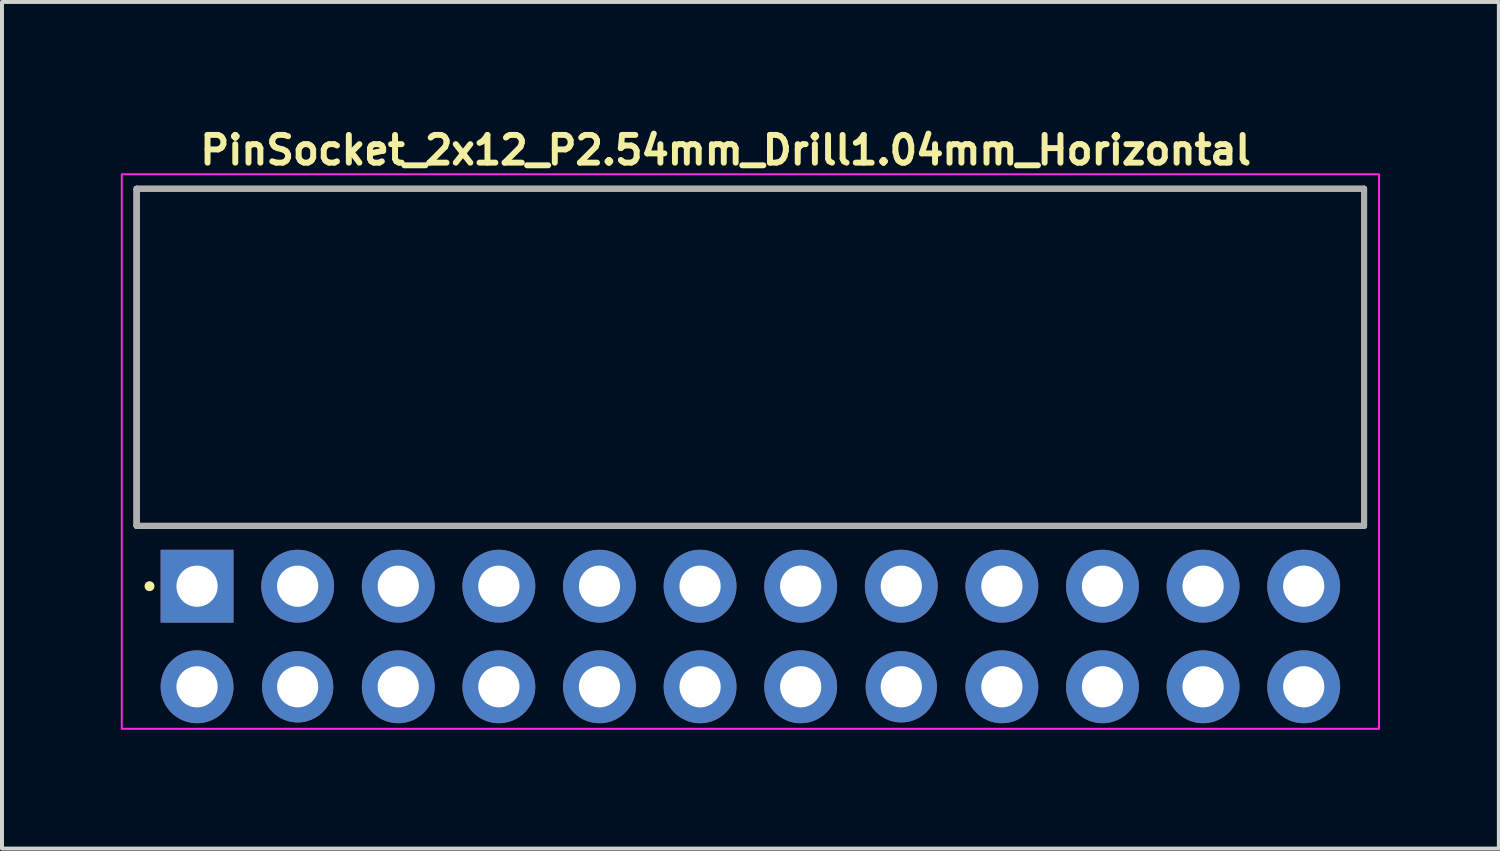
<source format=kicad_pcb>
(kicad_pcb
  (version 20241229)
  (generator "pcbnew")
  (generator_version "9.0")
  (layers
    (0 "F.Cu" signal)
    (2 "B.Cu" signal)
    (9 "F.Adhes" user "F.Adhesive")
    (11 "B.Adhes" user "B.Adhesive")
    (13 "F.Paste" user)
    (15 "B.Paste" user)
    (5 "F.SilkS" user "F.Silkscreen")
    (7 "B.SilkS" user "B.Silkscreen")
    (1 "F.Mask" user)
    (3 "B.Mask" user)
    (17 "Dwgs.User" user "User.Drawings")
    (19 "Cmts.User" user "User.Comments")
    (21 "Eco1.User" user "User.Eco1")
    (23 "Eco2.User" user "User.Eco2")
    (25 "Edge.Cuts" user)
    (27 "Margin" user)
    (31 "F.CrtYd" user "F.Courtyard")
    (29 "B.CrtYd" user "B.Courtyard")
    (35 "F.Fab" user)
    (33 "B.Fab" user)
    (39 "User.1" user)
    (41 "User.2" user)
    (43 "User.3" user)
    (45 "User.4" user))
  (footprint "PinSocket_2x12_P2.54mm_Drill1.04mm_Horizontal"
    (layer "F.Cu")
    (at 1.925 11.75)
    (property "Reference" "PinSocket_2x12_P2.54mm_Drill1.04mm_Horizontal" (at 0 -10.6 0) (layer "F.SilkS") (effects (font (size 0.7 0.7) (thickness 0.15)) (justify left bottom)))
    (attr through_hole)
    (fp_line (start -1.526 -1.524) (end -1.526 -10.035) (stroke (width 0.15) (type solid)) (layer "F.SilkS"))
    (fp_line (start 29.465 -10.035) (end -1.526 -10.035) (stroke (width 0.15) (type solid)) (layer "F.SilkS"))
    (fp_line (start 29.465 -10.035) (end 29.465 -1.524) (stroke (width 0.15) (type solid)) (layer "F.SilkS"))
    (fp_line (start 29.465 -1.524) (end -1.526 -1.524) (stroke (width 0.15) (type solid)) (layer "F.SilkS"))
    (fp_circle (center -1.2 0) (end -1.15 0) (stroke (width 0.15) (type solid)) (fill yes) (layer "F.SilkS"))
    (fp_rect (start -1.9 -10.4) (end 29.842 3.6) (stroke (width 0.05) (type solid)) (fill no) (layer "F.CrtYd"))
    (fp_line (start -1.526 -10.035) (end 29.465 -10.035) (stroke (width 0.15) (type solid)) (layer "F.Fab"))
    (fp_line (start -1.526 -1.524) (end -1.526 -10.035) (stroke (width 0.15) (type solid)) (layer "F.Fab"))
    (fp_line (start -1.526 -1.524) (end -1.526 -10.035) (stroke (width 0.15) (type solid)) (layer "F.Fab"))
    (fp_line (start 29.465 -10.035) (end 29.465 -1.524) (stroke (width 0.15) (type solid)) (layer "F.Fab"))
    (fp_line (start 29.465 -10.035) (end 29.465 -1.524) (stroke (width 0.15) (type solid)) (layer "F.Fab"))
    (fp_line (start 29.465 -1.524) (end -1.526 -1.524) (stroke (width 0.15) (type solid)) (layer "F.Fab"))
    (fp_rect (start -1.524 -10.01) (end 29.465 2.766) (stroke (width 0.1) (type solid)) (fill no) (layer "User.5"))
    (fp_line (start -1.524 -10.01) (end -1.524 -1.5) (stroke (width 0.02) (type solid)) (layer "User.9"))
    (fp_line (start -1.524 -10.01) (end 29.465 -10.01) (stroke (width 0.02) (type solid)) (layer "User.9"))
    (fp_line (start -1.524 -1.5) (end -1.016 -1.5) (stroke (width 0.02) (type solid)) (layer "User.9"))
    (fp_line (start -1.016 -2.008) (end -1.016 -1.5) (stroke (width 0.02) (type solid)) (layer "User.9"))
    (fp_line (start -0.395 1.953) (end -0.395 -2.008) (stroke (width 0.02) (type solid)) (layer "User.9"))
    (fp_line (start -0.395 2.528) (end -0.395 1.953) (stroke (width 0.02) (type solid)) (layer "User.9"))
    (fp_line (start -0.395 2.528) (end -0.395 2.528) (stroke (width 0.02) (type solid)) (layer "User.9"))
    (fp_line (start -0.395 2.641) (end -0.395 2.528) (stroke (width 0.02) (type solid)) (layer "User.9"))
    (fp_line (start -0.395 2.641) (end -0.395 2.641) (stroke (width 0.02) (type solid)) (layer "User.9"))
    (fp_line (start -0.395 2.685) (end -0.395 2.641) (stroke (width 0.02) (type solid)) (layer "User.9"))
    (fp_line (start -0.395 2.685) (end -0.395 2.685) (stroke (width 0.02) (type solid)) (layer "User.9"))
    (fp_line (start -0.395 2.721) (end -0.395 2.685) (stroke (width 0.02) (type solid)) (layer "User.9"))
    (fp_line (start -0.395 2.721) (end -0.395 2.721) (stroke (width 0.02) (type solid)) (layer "User.9"))
    (fp_line (start -0.395 2.745) (end -0.395 2.721) (stroke (width 0.02) (type solid)) (layer "User.9"))
    (fp_line (start -0.395 2.745) (end -0.395 2.745) (stroke (width 0.02) (type solid)) (layer "User.9"))
    (fp_line (start -0.395 2.761) (end -0.395 2.745) (stroke (width 0.02) (type solid)) (layer "User.9"))
    (fp_line (start -0.395 2.761) (end -0.395 2.761) (stroke (width 0.02) (type solid)) (layer "User.9"))
    (fp_line (start -0.395 2.766) (end -0.395 2.761) (stroke (width 0.02) (type solid)) (layer "User.9"))
    (fp_line (start -0.395 2.766) (end 0.393 2.766) (stroke (width 0.02) (type solid)) (layer "User.9"))
    (fp_line (start 0.393 -2.008) (end 0.393 1.953) (stroke (width 0.02) (type solid)) (layer "User.9"))
    (fp_line (start 0.393 1.953) (end 0.393 2.528) (stroke (width 0.02) (type solid)) (layer "User.9"))
    (fp_line (start 0.393 2.528) (end 0.393 2.528) (stroke (width 0.02) (type solid)) (layer "User.9"))
    (fp_line (start 0.393 2.528) (end 0.393 2.588) (stroke (width 0.02) (type solid)) (layer "User.9"))
    (fp_line (start 0.393 2.588) (end 0.393 2.588) (stroke (width 0.02) (type solid)) (layer "User.9"))
    (fp_line (start 0.393 2.588) (end 0.393 2.641) (stroke (width 0.02) (type solid)) (layer "User.9"))
    (fp_line (start 0.393 2.641) (end 0.393 2.641) (stroke (width 0.02) (type solid)) (layer "User.9"))
    (fp_line (start 0.393 2.641) (end 0.393 2.685) (stroke (width 0.02) (type solid)) (layer "User.9"))
    (fp_line (start 0.393 2.685) (end 0.393 2.685) (stroke (width 0.02) (type solid)) (layer "User.9"))
    (fp_line (start 0.393 2.685) (end 0.393 2.721) (stroke (width 0.02) (type solid)) (layer "User.9"))
    (fp_line (start 0.393 2.721) (end 0.393 2.721) (stroke (width 0.02) (type solid)) (layer "User.9"))
    (fp_line (start 0.393 2.721) (end 0.393 2.745) (stroke (width 0.02) (type solid)) (layer "User.9"))
    (fp_line (start 0.393 2.745) (end 0.393 2.745) (stroke (width 0.02) (type solid)) (layer "User.9"))
    (fp_line (start 0.393 2.745) (end 0.393 2.761) (stroke (width 0.02) (type solid)) (layer "User.9"))
    (fp_line (start 0.393 2.761) (end 0.393 2.761) (stroke (width 0.02) (type solid)) (layer "User.9"))
    (fp_line (start 0.393 2.761) (end 0.393 2.766) (stroke (width 0.02) (type solid)) (layer "User.9"))
    (fp_line (start 1.015 -2.008) (end -1.016 -2.008) (stroke (width 0.02) (type solid)) (layer "User.9"))
    (fp_line (start 1.015 -1.5) (end 1.015 -2.008) (stroke (width 0.02) (type solid)) (layer "User.9"))
    (fp_line (start 1.015 -1.5) (end 1.523 -1.5) (stroke (width 0.02) (type solid)) (layer "User.9"))
    (fp_line (start 1.523 -2.008) (end 1.523 -1.5) (stroke (width 0.02) (type solid)) (layer "User.9"))
    (fp_line (start 2.145 1.953) (end 2.145 -2.008) (stroke (width 0.02) (type solid)) (layer "User.9"))
    (fp_line (start 2.145 2.528) (end 2.145 1.953) (stroke (width 0.02) (type solid)) (layer "User.9"))
    (fp_line (start 2.145 2.528) (end 2.145 2.528) (stroke (width 0.02) (type solid)) (layer "User.9"))
    (fp_line (start 2.145 2.641) (end 2.145 2.528) (stroke (width 0.02) (type solid)) (layer "User.9"))
    (fp_line (start 2.145 2.641) (end 2.145 2.641) (stroke (width 0.02) (type solid)) (layer "User.9"))
    (fp_line (start 2.145 2.685) (end 2.145 2.641) (stroke (width 0.02) (type solid)) (layer "User.9"))
    (fp_line (start 2.145 2.685) (end 2.145 2.685) (stroke (width 0.02) (type solid)) (layer "User.9"))
    (fp_line (start 2.145 2.721) (end 2.145 2.685) (stroke (width 0.02) (type solid)) (layer "User.9"))
    (fp_line (start 2.145 2.721) (end 2.145 2.721) (stroke (width 0.02) (type solid)) (layer "User.9"))
    (fp_line (start 2.145 2.745) (end 2.145 2.721) (stroke (width 0.02) (type solid)) (layer "User.9"))
    (fp_line (start 2.145 2.745) (end 2.145 2.745) (stroke (width 0.02) (type solid)) (layer "User.9"))
    (fp_line (start 2.145 2.761) (end 2.145 2.745) (stroke (width 0.02) (type solid)) (layer "User.9"))
    (fp_line (start 2.145 2.761) (end 2.145 2.761) (stroke (width 0.02) (type solid)) (layer "User.9"))
    (fp_line (start 2.145 2.766) (end 2.145 2.761) (stroke (width 0.02) (type solid)) (layer "User.9"))
    (fp_line (start 2.145 2.766) (end 2.933 2.766) (stroke (width 0.02) (type solid)) (layer "User.9"))
    (fp_line (start 2.933 -2.008) (end 2.933 1.953) (stroke (width 0.02) (type solid)) (layer "User.9"))
    (fp_line (start 2.933 1.953) (end 2.933 2.528) (stroke (width 0.02) (type solid)) (layer "User.9"))
    (fp_line (start 2.933 2.528) (end 2.933 2.528) (stroke (width 0.02) (type solid)) (layer "User.9"))
    (fp_line (start 2.933 2.528) (end 2.933 2.588) (stroke (width 0.02) (type solid)) (layer "User.9"))
    (fp_line (start 2.933 2.588) (end 2.933 2.588) (stroke (width 0.02) (type solid)) (layer "User.9"))
    (fp_line (start 2.933 2.588) (end 2.933 2.641) (stroke (width 0.02) (type solid)) (layer "User.9"))
    (fp_line (start 2.933 2.641) (end 2.933 2.641) (stroke (width 0.02) (type solid)) (layer "User.9"))
    (fp_line (start 2.933 2.641) (end 2.933 2.685) (stroke (width 0.02) (type solid)) (layer "User.9"))
    (fp_line (start 2.933 2.685) (end 2.933 2.685) (stroke (width 0.02) (type solid)) (layer "User.9"))
    (fp_line (start 2.933 2.685) (end 2.933 2.721) (stroke (width 0.02) (type solid)) (layer "User.9"))
    (fp_line (start 2.933 2.721) (end 2.933 2.721) (stroke (width 0.02) (type solid)) (layer "User.9"))
    (fp_line (start 2.933 2.721) (end 2.933 2.745) (stroke (width 0.02) (type solid)) (layer "User.9"))
    (fp_line (start 2.933 2.745) (end 2.933 2.745) (stroke (width 0.02) (type solid)) (layer "User.9"))
    (fp_line (start 2.933 2.745) (end 2.933 2.761) (stroke (width 0.02) (type solid)) (layer "User.9"))
    (fp_line (start 2.933 2.761) (end 2.933 2.761) (stroke (width 0.02) (type solid)) (layer "User.9"))
    (fp_line (start 2.933 2.761) (end 2.933 2.766) (stroke (width 0.02) (type solid)) (layer "User.9"))
    (fp_line (start 3.555 -2.008) (end 1.523 -2.008) (stroke (width 0.02) (type solid)) (layer "User.9"))
    (fp_line (start 3.555 -1.5) (end 3.555 -2.008) (stroke (width 0.02) (type solid)) (layer "User.9"))
    (fp_line (start 3.555 -1.5) (end 4.062 -1.5) (stroke (width 0.02) (type solid)) (layer "User.9"))
    (fp_line (start 4.062 -2.008) (end 4.062 -1.5) (stroke (width 0.02) (type solid)) (layer "User.9"))
    (fp_line (start 4.685 1.953) (end 4.685 -2.008) (stroke (width 0.02) (type solid)) (layer "User.9"))
    (fp_line (start 4.685 2.528) (end 4.685 1.953) (stroke (width 0.02) (type solid)) (layer "User.9"))
    (fp_line (start 4.685 2.528) (end 4.685 2.528) (stroke (width 0.02) (type solid)) (layer "User.9"))
    (fp_line (start 4.685 2.641) (end 4.685 2.528) (stroke (width 0.02) (type solid)) (layer "User.9"))
    (fp_line (start 4.685 2.641) (end 4.685 2.641) (stroke (width 0.02) (type solid)) (layer "User.9"))
    (fp_line (start 4.685 2.685) (end 4.685 2.641) (stroke (width 0.02) (type solid)) (layer "User.9"))
    (fp_line (start 4.685 2.685) (end 4.685 2.685) (stroke (width 0.02) (type solid)) (layer "User.9"))
    (fp_line (start 4.685 2.721) (end 4.685 2.685) (stroke (width 0.02) (type solid)) (layer "User.9"))
    (fp_line (start 4.685 2.721) (end 4.685 2.721) (stroke (width 0.02) (type solid)) (layer "User.9"))
    (fp_line (start 4.685 2.745) (end 4.685 2.721) (stroke (width 0.02) (type solid)) (layer "User.9"))
    (fp_line (start 4.685 2.745) (end 4.685 2.745) (stroke (width 0.02) (type solid)) (layer "User.9"))
    (fp_line (start 4.685 2.761) (end 4.685 2.745) (stroke (width 0.02) (type solid)) (layer "User.9"))
    (fp_line (start 4.685 2.761) (end 4.685 2.761) (stroke (width 0.02) (type solid)) (layer "User.9"))
    (fp_line (start 4.685 2.766) (end 4.685 2.761) (stroke (width 0.02) (type solid)) (layer "User.9"))
    (fp_line (start 4.685 2.766) (end 5.472 2.766) (stroke (width 0.02) (type solid)) (layer "User.9"))
    (fp_line (start 5.472 -2.008) (end 5.472 1.953) (stroke (width 0.02) (type solid)) (layer "User.9"))
    (fp_line (start 5.472 1.953) (end 5.472 2.528) (stroke (width 0.02) (type solid)) (layer "User.9"))
    (fp_line (start 5.472 2.528) (end 5.472 2.528) (stroke (width 0.02) (type solid)) (layer "User.9"))
    (fp_line (start 5.472 2.528) (end 5.472 2.588) (stroke (width 0.02) (type solid)) (layer "User.9"))
    (fp_line (start 5.472 2.588) (end 5.472 2.588) (stroke (width 0.02) (type solid)) (layer "User.9"))
    (fp_line (start 5.472 2.588) (end 5.472 2.641) (stroke (width 0.02) (type solid)) (layer "User.9"))
    (fp_line (start 5.472 2.641) (end 5.472 2.641) (stroke (width 0.02) (type solid)) (layer "User.9"))
    (fp_line (start 5.472 2.641) (end 5.472 2.685) (stroke (width 0.02) (type solid)) (layer "User.9"))
    (fp_line (start 5.472 2.685) (end 5.472 2.685) (stroke (width 0.02) (type solid)) (layer "User.9"))
    (fp_line (start 5.472 2.685) (end 5.472 2.721) (stroke (width 0.02) (type solid)) (layer "User.9"))
    (fp_line (start 5.472 2.721) (end 5.472 2.721) (stroke (width 0.02) (type solid)) (layer "User.9"))
    (fp_line (start 5.472 2.721) (end 5.472 2.745) (stroke (width 0.02) (type solid)) (layer "User.9"))
    (fp_line (start 5.472 2.745) (end 5.472 2.745) (stroke (width 0.02) (type solid)) (layer "User.9"))
    (fp_line (start 5.472 2.745) (end 5.472 2.761) (stroke (width 0.02) (type solid)) (layer "User.9"))
    (fp_line (start 5.472 2.761) (end 5.472 2.761) (stroke (width 0.02) (type solid)) (layer "User.9"))
    (fp_line (start 5.472 2.761) (end 5.472 2.766) (stroke (width 0.02) (type solid)) (layer "User.9"))
    (fp_line (start 6.094 -2.008) (end 4.062 -2.008) (stroke (width 0.02) (type solid)) (layer "User.9"))
    (fp_line (start 6.094 -1.5) (end 6.094 -2.008) (stroke (width 0.02) (type solid)) (layer "User.9"))
    (fp_line (start 6.094 -1.5) (end 6.602 -1.5) (stroke (width 0.02) (type solid)) (layer "User.9"))
    (fp_line (start 6.602 -2.008) (end 6.602 -1.5) (stroke (width 0.02) (type solid)) (layer "User.9"))
    (fp_line (start 7.225 1.953) (end 7.225 -2.008) (stroke (width 0.02) (type solid)) (layer "User.9"))
    (fp_line (start 7.225 2.528) (end 7.225 1.953) (stroke (width 0.02) (type solid)) (layer "User.9"))
    (fp_line (start 7.225 2.528) (end 7.225 2.528) (stroke (width 0.02) (type solid)) (layer "User.9"))
    (fp_line (start 7.225 2.641) (end 7.225 2.528) (stroke (width 0.02) (type solid)) (layer "User.9"))
    (fp_line (start 7.225 2.641) (end 7.225 2.641) (stroke (width 0.02) (type solid)) (layer "User.9"))
    (fp_line (start 7.225 2.685) (end 7.225 2.641) (stroke (width 0.02) (type solid)) (layer "User.9"))
    (fp_line (start 7.225 2.685) (end 7.225 2.685) (stroke (width 0.02) (type solid)) (layer "User.9"))
    (fp_line (start 7.225 2.721) (end 7.225 2.685) (stroke (width 0.02) (type solid)) (layer "User.9"))
    (fp_line (start 7.225 2.721) (end 7.225 2.721) (stroke (width 0.02) (type solid)) (layer "User.9"))
    (fp_line (start 7.225 2.745) (end 7.225 2.721) (stroke (width 0.02) (type solid)) (layer "User.9"))
    (fp_line (start 7.225 2.745) (end 7.225 2.745) (stroke (width 0.02) (type solid)) (layer "User.9"))
    (fp_line (start 7.225 2.761) (end 7.225 2.745) (stroke (width 0.02) (type solid)) (layer "User.9"))
    (fp_line (start 7.225 2.761) (end 7.225 2.761) (stroke (width 0.02) (type solid)) (layer "User.9"))
    (fp_line (start 7.225 2.766) (end 7.225 2.761) (stroke (width 0.02) (type solid)) (layer "User.9"))
    (fp_line (start 7.225 2.766) (end 8.012 2.766) (stroke (width 0.02) (type solid)) (layer "User.9"))
    (fp_line (start 8.012 -2.008) (end 8.012 1.953) (stroke (width 0.02) (type solid)) (layer "User.9"))
    (fp_line (start 8.012 1.953) (end 8.012 2.528) (stroke (width 0.02) (type solid)) (layer "User.9"))
    (fp_line (start 8.012 2.528) (end 8.012 2.528) (stroke (width 0.02) (type solid)) (layer "User.9"))
    (fp_line (start 8.012 2.528) (end 8.012 2.588) (stroke (width 0.02) (type solid)) (layer "User.9"))
    (fp_line (start 8.012 2.588) (end 8.012 2.588) (stroke (width 0.02) (type solid)) (layer "User.9"))
    (fp_line (start 8.012 2.588) (end 8.012 2.641) (stroke (width 0.02) (type solid)) (layer "User.9"))
    (fp_line (start 8.012 2.641) (end 8.012 2.641) (stroke (width 0.02) (type solid)) (layer "User.9"))
    (fp_line (start 8.012 2.641) (end 8.012 2.685) (stroke (width 0.02) (type solid)) (layer "User.9"))
    (fp_line (start 8.012 2.685) (end 8.012 2.685) (stroke (width 0.02) (type solid)) (layer "User.9"))
    (fp_line (start 8.012 2.685) (end 8.012 2.721) (stroke (width 0.02) (type solid)) (layer "User.9"))
    (fp_line (start 8.012 2.721) (end 8.012 2.721) (stroke (width 0.02) (type solid)) (layer "User.9"))
    (fp_line (start 8.012 2.721) (end 8.012 2.745) (stroke (width 0.02) (type solid)) (layer "User.9"))
    (fp_line (start 8.012 2.745) (end 8.012 2.745) (stroke (width 0.02) (type solid)) (layer "User.9"))
    (fp_line (start 8.012 2.745) (end 8.012 2.761) (stroke (width 0.02) (type solid)) (layer "User.9"))
    (fp_line (start 8.012 2.761) (end 8.012 2.761) (stroke (width 0.02) (type solid)) (layer "User.9"))
    (fp_line (start 8.012 2.761) (end 8.012 2.766) (stroke (width 0.02) (type solid)) (layer "User.9"))
    (fp_line (start 8.634 -2.008) (end 6.602 -2.008) (stroke (width 0.02) (type solid)) (layer "User.9"))
    (fp_line (start 8.634 -1.5) (end 8.634 -2.008) (stroke (width 0.02) (type solid)) (layer "User.9"))
    (fp_line (start 8.634 -1.5) (end 9.143 -1.5) (stroke (width 0.02) (type solid)) (layer "User.9"))
    (fp_line (start 9.143 -2.008) (end 9.143 -1.5) (stroke (width 0.02) (type solid)) (layer "User.9"))
    (fp_line (start 9.765 1.953) (end 9.765 -2.008) (stroke (width 0.02) (type solid)) (layer "User.9"))
    (fp_line (start 9.765 2.528) (end 9.765 1.953) (stroke (width 0.02) (type solid)) (layer "User.9"))
    (fp_line (start 9.765 2.528) (end 9.765 2.528) (stroke (width 0.02) (type solid)) (layer "User.9"))
    (fp_line (start 9.765 2.641) (end 9.765 2.528) (stroke (width 0.02) (type solid)) (layer "User.9"))
    (fp_line (start 9.765 2.641) (end 9.765 2.641) (stroke (width 0.02) (type solid)) (layer "User.9"))
    (fp_line (start 9.765 2.685) (end 9.765 2.641) (stroke (width 0.02) (type solid)) (layer "User.9"))
    (fp_line (start 9.765 2.685) (end 9.765 2.685) (stroke (width 0.02) (type solid)) (layer "User.9"))
    (fp_line (start 9.765 2.721) (end 9.765 2.685) (stroke (width 0.02) (type solid)) (layer "User.9"))
    (fp_line (start 9.765 2.721) (end 9.765 2.721) (stroke (width 0.02) (type solid)) (layer "User.9"))
    (fp_line (start 9.765 2.745) (end 9.765 2.721) (stroke (width 0.02) (type solid)) (layer "User.9"))
    (fp_line (start 9.765 2.745) (end 9.765 2.745) (stroke (width 0.02) (type solid)) (layer "User.9"))
    (fp_line (start 9.765 2.761) (end 9.765 2.745) (stroke (width 0.02) (type solid)) (layer "User.9"))
    (fp_line (start 9.765 2.761) (end 9.765 2.761) (stroke (width 0.02) (type solid)) (layer "User.9"))
    (fp_line (start 9.765 2.766) (end 9.765 2.761) (stroke (width 0.02) (type solid)) (layer "User.9"))
    (fp_line (start 9.765 2.766) (end 10.553 2.766) (stroke (width 0.02) (type solid)) (layer "User.9"))
    (fp_line (start 10.553 -2.008) (end 10.553 1.953) (stroke (width 0.02) (type solid)) (layer "User.9"))
    (fp_line (start 10.553 1.953) (end 10.553 2.528) (stroke (width 0.02) (type solid)) (layer "User.9"))
    (fp_line (start 10.553 2.528) (end 10.553 2.528) (stroke (width 0.02) (type solid)) (layer "User.9"))
    (fp_line (start 10.553 2.528) (end 10.553 2.588) (stroke (width 0.02) (type solid)) (layer "User.9"))
    (fp_line (start 10.553 2.588) (end 10.553 2.588) (stroke (width 0.02) (type solid)) (layer "User.9"))
    (fp_line (start 10.553 2.588) (end 10.553 2.641) (stroke (width 0.02) (type solid)) (layer "User.9"))
    (fp_line (start 10.553 2.641) (end 10.553 2.641) (stroke (width 0.02) (type solid)) (layer "User.9"))
    (fp_line (start 10.553 2.641) (end 10.553 2.685) (stroke (width 0.02) (type solid)) (layer "User.9"))
    (fp_line (start 10.553 2.685) (end 10.553 2.685) (stroke (width 0.02) (type solid)) (layer "User.9"))
    (fp_line (start 10.553 2.685) (end 10.553 2.721) (stroke (width 0.02) (type solid)) (layer "User.9"))
    (fp_line (start 10.553 2.721) (end 10.553 2.721) (stroke (width 0.02) (type solid)) (layer "User.9"))
    (fp_line (start 10.553 2.721) (end 10.553 2.745) (stroke (width 0.02) (type solid)) (layer "User.9"))
    (fp_line (start 10.553 2.745) (end 10.553 2.745) (stroke (width 0.02) (type solid)) (layer "User.9"))
    (fp_line (start 10.553 2.745) (end 10.553 2.761) (stroke (width 0.02) (type solid)) (layer "User.9"))
    (fp_line (start 10.553 2.761) (end 10.553 2.761) (stroke (width 0.02) (type solid)) (layer "User.9"))
    (fp_line (start 10.553 2.761) (end 10.553 2.766) (stroke (width 0.02) (type solid)) (layer "User.9"))
    (fp_line (start 11.175 -2.008) (end 9.143 -2.008) (stroke (width 0.02) (type solid)) (layer "User.9"))
    (fp_line (start 11.175 -1.5) (end 11.175 -2.008) (stroke (width 0.02) (type solid)) (layer "User.9"))
    (fp_line (start 11.175 -1.5) (end 11.682 -1.5) (stroke (width 0.02) (type solid)) (layer "User.9"))
    (fp_line (start 11.682 -2.008) (end 11.682 -1.5) (stroke (width 0.02) (type solid)) (layer "User.9"))
    (fp_line (start 12.306 1.953) (end 12.306 -2.008) (stroke (width 0.02) (type solid)) (layer "User.9"))
    (fp_line (start 12.306 2.528) (end 12.306 1.953) (stroke (width 0.02) (type solid)) (layer "User.9"))
    (fp_line (start 12.306 2.528) (end 12.306 2.528) (stroke (width 0.02) (type solid)) (layer "User.9"))
    (fp_line (start 12.306 2.641) (end 12.306 2.528) (stroke (width 0.02) (type solid)) (layer "User.9"))
    (fp_line (start 12.306 2.641) (end 12.306 2.641) (stroke (width 0.02) (type solid)) (layer "User.9"))
    (fp_line (start 12.306 2.685) (end 12.306 2.641) (stroke (width 0.02) (type solid)) (layer "User.9"))
    (fp_line (start 12.306 2.685) (end 12.306 2.685) (stroke (width 0.02) (type solid)) (layer "User.9"))
    (fp_line (start 12.306 2.721) (end 12.306 2.685) (stroke (width 0.02) (type solid)) (layer "User.9"))
    (fp_line (start 12.306 2.721) (end 12.306 2.721) (stroke (width 0.02) (type solid)) (layer "User.9"))
    (fp_line (start 12.306 2.745) (end 12.306 2.721) (stroke (width 0.02) (type solid)) (layer "User.9"))
    (fp_line (start 12.306 2.745) (end 12.306 2.745) (stroke (width 0.02) (type solid)) (layer "User.9"))
    (fp_line (start 12.306 2.761) (end 12.306 2.745) (stroke (width 0.02) (type solid)) (layer "User.9"))
    (fp_line (start 12.306 2.761) (end 12.306 2.761) (stroke (width 0.02) (type solid)) (layer "User.9"))
    (fp_line (start 12.306 2.766) (end 12.306 2.761) (stroke (width 0.02) (type solid)) (layer "User.9"))
    (fp_line (start 12.306 2.766) (end 13.092 2.766) (stroke (width 0.02) (type solid)) (layer "User.9"))
    (fp_line (start 13.092 -2.008) (end 13.092 1.953) (stroke (width 0.02) (type solid)) (layer "User.9"))
    (fp_line (start 13.092 1.953) (end 13.092 2.528) (stroke (width 0.02) (type solid)) (layer "User.9"))
    (fp_line (start 13.092 2.528) (end 13.092 2.528) (stroke (width 0.02) (type solid)) (layer "User.9"))
    (fp_line (start 13.092 2.528) (end 13.092 2.588) (stroke (width 0.02) (type solid)) (layer "User.9"))
    (fp_line (start 13.092 2.588) (end 13.092 2.588) (stroke (width 0.02) (type solid)) (layer "User.9"))
    (fp_line (start 13.092 2.588) (end 13.092 2.641) (stroke (width 0.02) (type solid)) (layer "User.9"))
    (fp_line (start 13.092 2.641) (end 13.092 2.641) (stroke (width 0.02) (type solid)) (layer "User.9"))
    (fp_line (start 13.092 2.641) (end 13.092 2.685) (stroke (width 0.02) (type solid)) (layer "User.9"))
    (fp_line (start 13.092 2.685) (end 13.092 2.685) (stroke (width 0.02) (type solid)) (layer "User.9"))
    (fp_line (start 13.092 2.685) (end 13.092 2.721) (stroke (width 0.02) (type solid)) (layer "User.9"))
    (fp_line (start 13.092 2.721) (end 13.092 2.721) (stroke (width 0.02) (type solid)) (layer "User.9"))
    (fp_line (start 13.092 2.721) (end 13.092 2.745) (stroke (width 0.02) (type solid)) (layer "User.9"))
    (fp_line (start 13.092 2.745) (end 13.092 2.745) (stroke (width 0.02) (type solid)) (layer "User.9"))
    (fp_line (start 13.092 2.745) (end 13.092 2.761) (stroke (width 0.02) (type solid)) (layer "User.9"))
    (fp_line (start 13.092 2.761) (end 13.092 2.761) (stroke (width 0.02) (type solid)) (layer "User.9"))
    (fp_line (start 13.092 2.761) (end 13.092 2.766) (stroke (width 0.02) (type solid)) (layer "User.9"))
    (fp_line (start 13.714 -2.008) (end 11.682 -2.008) (stroke (width 0.02) (type solid)) (layer "User.9"))
    (fp_line (start 13.714 -1.5) (end 13.714 -2.008) (stroke (width 0.02) (type solid)) (layer "User.9"))
    (fp_line (start 13.714 -1.5) (end 14.223 -1.5) (stroke (width 0.02) (type solid)) (layer "User.9"))
    (fp_line (start 14.225 -2.032) (end 14.225 -1.524) (stroke (width 0.02) (type solid)) (layer "User.9"))
    (fp_line (start 14.846 1.929) (end 14.846 -2.032) (stroke (width 0.02) (type solid)) (layer "User.9"))
    (fp_line (start 14.846 2.504) (end 14.846 1.929) (stroke (width 0.02) (type solid)) (layer "User.9"))
    (fp_line (start 14.846 2.504) (end 14.846 2.504) (stroke (width 0.02) (type solid)) (layer "User.9"))
    (fp_line (start 14.846 2.617) (end 14.846 2.504) (stroke (width 0.02) (type solid)) (layer "User.9"))
    (fp_line (start 14.846 2.617) (end 14.846 2.617) (stroke (width 0.02) (type solid)) (layer "User.9"))
    (fp_line (start 14.846 2.661) (end 14.846 2.617) (stroke (width 0.02) (type solid)) (layer "User.9"))
    (fp_line (start 14.846 2.661) (end 14.846 2.661) (stroke (width 0.02) (type solid)) (layer "User.9"))
    (fp_line (start 14.846 2.697) (end 14.846 2.661) (stroke (width 0.02) (type solid)) (layer "User.9"))
    (fp_line (start 14.846 2.697) (end 14.846 2.697) (stroke (width 0.02) (type solid)) (layer "User.9"))
    (fp_line (start 14.846 2.721) (end 14.846 2.697) (stroke (width 0.02) (type solid)) (layer "User.9"))
    (fp_line (start 14.846 2.721) (end 14.846 2.721) (stroke (width 0.02) (type solid)) (layer "User.9"))
    (fp_line (start 14.846 2.737) (end 14.846 2.721) (stroke (width 0.02) (type solid)) (layer "User.9"))
    (fp_line (start 14.846 2.737) (end 14.846 2.737) (stroke (width 0.02) (type solid)) (layer "User.9"))
    (fp_line (start 14.846 2.742) (end 14.846 2.737) (stroke (width 0.02) (type solid)) (layer "User.9"))
    (fp_line (start 14.846 2.742) (end 15.634 2.742) (stroke (width 0.02) (type solid)) (layer "User.9"))
    (fp_line (start 15.634 -2.032) (end 15.634 1.929) (stroke (width 0.02) (type solid)) (layer "User.9"))
    (fp_line (start 15.634 1.929) (end 15.634 2.504) (stroke (width 0.02) (type solid)) (layer "User.9"))
    (fp_line (start 15.634 2.504) (end 15.634 2.504) (stroke (width 0.02) (type solid)) (layer "User.9"))
    (fp_line (start 15.634 2.504) (end 15.634 2.564) (stroke (width 0.02) (type solid)) (layer "User.9"))
    (fp_line (start 15.634 2.564) (end 15.634 2.564) (stroke (width 0.02) (type solid)) (layer "User.9"))
    (fp_line (start 15.634 2.564) (end 15.634 2.617) (stroke (width 0.02) (type solid)) (layer "User.9"))
    (fp_line (start 15.634 2.617) (end 15.634 2.617) (stroke (width 0.02) (type solid)) (layer "User.9"))
    (fp_line (start 15.634 2.617) (end 15.634 2.661) (stroke (width 0.02) (type solid)) (layer "User.9"))
    (fp_line (start 15.634 2.661) (end 15.634 2.661) (stroke (width 0.02) (type solid)) (layer "User.9"))
    (fp_line (start 15.634 2.661) (end 15.634 2.697) (stroke (width 0.02) (type solid)) (layer "User.9"))
    (fp_line (start 15.634 2.697) (end 15.634 2.697) (stroke (width 0.02) (type solid)) (layer "User.9"))
    (fp_line (start 15.634 2.697) (end 15.634 2.721) (stroke (width 0.02) (type solid)) (layer "User.9"))
    (fp_line (start 15.634 2.721) (end 15.634 2.721) (stroke (width 0.02) (type solid)) (layer "User.9"))
    (fp_line (start 15.634 2.721) (end 15.634 2.737) (stroke (width 0.02) (type solid)) (layer "User.9"))
    (fp_line (start 15.634 2.737) (end 15.634 2.737) (stroke (width 0.02) (type solid)) (layer "User.9"))
    (fp_line (start 15.634 2.737) (end 15.634 2.742) (stroke (width 0.02) (type solid)) (layer "User.9"))
    (fp_line (start 16.256 -2.032) (end 14.225 -2.032) (stroke (width 0.02) (type solid)) (layer "User.9"))
    (fp_line (start 16.256 -1.524) (end 16.256 -2.032) (stroke (width 0.02) (type solid)) (layer "User.9"))
    (fp_line (start 16.256 -1.524) (end 16.764 -1.524) (stroke (width 0.02) (type solid)) (layer "User.9"))
    (fp_line (start 16.764 -2.032) (end 16.764 -1.524) (stroke (width 0.02) (type solid)) (layer "User.9"))
    (fp_line (start 17.386 1.929) (end 17.386 -2.032) (stroke (width 0.02) (type solid)) (layer "User.9"))
    (fp_line (start 17.386 2.504) (end 17.386 1.929) (stroke (width 0.02) (type solid)) (layer "User.9"))
    (fp_line (start 17.386 2.504) (end 17.386 2.504) (stroke (width 0.02) (type solid)) (layer "User.9"))
    (fp_line (start 17.386 2.617) (end 17.386 2.504) (stroke (width 0.02) (type solid)) (layer "User.9"))
    (fp_line (start 17.386 2.617) (end 17.386 2.617) (stroke (width 0.02) (type solid)) (layer "User.9"))
    (fp_line (start 17.386 2.661) (end 17.386 2.617) (stroke (width 0.02) (type solid)) (layer "User.9"))
    (fp_line (start 17.386 2.661) (end 17.386 2.661) (stroke (width 0.02) (type solid)) (layer "User.9"))
    (fp_line (start 17.386 2.697) (end 17.386 2.661) (stroke (width 0.02) (type solid)) (layer "User.9"))
    (fp_line (start 17.386 2.697) (end 17.386 2.697) (stroke (width 0.02) (type solid)) (layer "User.9"))
    (fp_line (start 17.386 2.721) (end 17.386 2.697) (stroke (width 0.02) (type solid)) (layer "User.9"))
    (fp_line (start 17.386 2.721) (end 17.386 2.721) (stroke (width 0.02) (type solid)) (layer "User.9"))
    (fp_line (start 17.386 2.737) (end 17.386 2.721) (stroke (width 0.02) (type solid)) (layer "User.9"))
    (fp_line (start 17.386 2.737) (end 17.386 2.737) (stroke (width 0.02) (type solid)) (layer "User.9"))
    (fp_line (start 17.386 2.742) (end 17.386 2.737) (stroke (width 0.02) (type solid)) (layer "User.9"))
    (fp_line (start 17.386 2.742) (end 18.174 2.742) (stroke (width 0.02) (type solid)) (layer "User.9"))
    (fp_line (start 18.174 -2.032) (end 18.174 1.929) (stroke (width 0.02) (type solid)) (layer "User.9"))
    (fp_line (start 18.174 1.929) (end 18.174 2.504) (stroke (width 0.02) (type solid)) (layer "User.9"))
    (fp_line (start 18.174 2.504) (end 18.174 2.504) (stroke (width 0.02) (type solid)) (layer "User.9"))
    (fp_line (start 18.174 2.504) (end 18.174 2.564) (stroke (width 0.02) (type solid)) (layer "User.9"))
    (fp_line (start 18.174 2.564) (end 18.174 2.564) (stroke (width 0.02) (type solid)) (layer "User.9"))
    (fp_line (start 18.174 2.564) (end 18.174 2.617) (stroke (width 0.02) (type solid)) (layer "User.9"))
    (fp_line (start 18.174 2.617) (end 18.174 2.617) (stroke (width 0.02) (type solid)) (layer "User.9"))
    (fp_line (start 18.174 2.617) (end 18.174 2.661) (stroke (width 0.02) (type solid)) (layer "User.9"))
    (fp_line (start 18.174 2.661) (end 18.174 2.661) (stroke (width 0.02) (type solid)) (layer "User.9"))
    (fp_line (start 18.174 2.661) (end 18.174 2.697) (stroke (width 0.02) (type solid)) (layer "User.9"))
    (fp_line (start 18.174 2.697) (end 18.174 2.697) (stroke (width 0.02) (type solid)) (layer "User.9"))
    (fp_line (start 18.174 2.697) (end 18.174 2.721) (stroke (width 0.02) (type solid)) (layer "User.9"))
    (fp_line (start 18.174 2.721) (end 18.174 2.721) (stroke (width 0.02) (type solid)) (layer "User.9"))
    (fp_line (start 18.174 2.721) (end 18.174 2.737) (stroke (width 0.02) (type solid)) (layer "User.9"))
    (fp_line (start 18.174 2.737) (end 18.174 2.737) (stroke (width 0.02) (type solid)) (layer "User.9"))
    (fp_line (start 18.174 2.737) (end 18.174 2.742) (stroke (width 0.02) (type solid)) (layer "User.9"))
    (fp_line (start 18.796 -2.032) (end 16.764 -2.032) (stroke (width 0.02) (type solid)) (layer "User.9"))
    (fp_line (start 18.796 -1.524) (end 18.796 -2.032) (stroke (width 0.02) (type solid)) (layer "User.9"))
    (fp_line (start 18.796 -1.524) (end 19.303 -1.524) (stroke (width 0.02) (type solid)) (layer "User.9"))
    (fp_line (start 19.303 -2.032) (end 19.303 -1.524) (stroke (width 0.02) (type solid)) (layer "User.9"))
    (fp_line (start 19.926 1.929) (end 19.926 -2.032) (stroke (width 0.02) (type solid)) (layer "User.9"))
    (fp_line (start 19.926 2.504) (end 19.926 1.929) (stroke (width 0.02) (type solid)) (layer "User.9"))
    (fp_line (start 19.926 2.504) (end 19.926 2.504) (stroke (width 0.02) (type solid)) (layer "User.9"))
    (fp_line (start 19.926 2.617) (end 19.926 2.504) (stroke (width 0.02) (type solid)) (layer "User.9"))
    (fp_line (start 19.926 2.617) (end 19.926 2.617) (stroke (width 0.02) (type solid)) (layer "User.9"))
    (fp_line (start 19.926 2.661) (end 19.926 2.617) (stroke (width 0.02) (type solid)) (layer "User.9"))
    (fp_line (start 19.926 2.661) (end 19.926 2.661) (stroke (width 0.02) (type solid)) (layer "User.9"))
    (fp_line (start 19.926 2.697) (end 19.926 2.661) (stroke (width 0.02) (type solid)) (layer "User.9"))
    (fp_line (start 19.926 2.697) (end 19.926 2.697) (stroke (width 0.02) (type solid)) (layer "User.9"))
    (fp_line (start 19.926 2.721) (end 19.926 2.697) (stroke (width 0.02) (type solid)) (layer "User.9"))
    (fp_line (start 19.926 2.721) (end 19.926 2.721) (stroke (width 0.02) (type solid)) (layer "User.9"))
    (fp_line (start 19.926 2.737) (end 19.926 2.721) (stroke (width 0.02) (type solid)) (layer "User.9"))
    (fp_line (start 19.926 2.737) (end 19.926 2.737) (stroke (width 0.02) (type solid)) (layer "User.9"))
    (fp_line (start 19.926 2.742) (end 19.926 2.737) (stroke (width 0.02) (type solid)) (layer "User.9"))
    (fp_line (start 19.926 2.742) (end 20.713 2.742) (stroke (width 0.02) (type solid)) (layer "User.9"))
    (fp_line (start 20.713 -2.032) (end 20.713 1.929) (stroke (width 0.02) (type solid)) (layer "User.9"))
    (fp_line (start 20.713 1.929) (end 20.713 2.504) (stroke (width 0.02) (type solid)) (layer "User.9"))
    (fp_line (start 20.713 2.504) (end 20.713 2.504) (stroke (width 0.02) (type solid)) (layer "User.9"))
    (fp_line (start 20.713 2.504) (end 20.713 2.564) (stroke (width 0.02) (type solid)) (layer "User.9"))
    (fp_line (start 20.713 2.564) (end 20.713 2.564) (stroke (width 0.02) (type solid)) (layer "User.9"))
    (fp_line (start 20.713 2.564) (end 20.713 2.617) (stroke (width 0.02) (type solid)) (layer "User.9"))
    (fp_line (start 20.713 2.617) (end 20.713 2.617) (stroke (width 0.02) (type solid)) (layer "User.9"))
    (fp_line (start 20.713 2.617) (end 20.713 2.661) (stroke (width 0.02) (type solid)) (layer "User.9"))
    (fp_line (start 20.713 2.661) (end 20.713 2.661) (stroke (width 0.02) (type solid)) (layer "User.9"))
    (fp_line (start 20.713 2.661) (end 20.713 2.697) (stroke (width 0.02) (type solid)) (layer "User.9"))
    (fp_line (start 20.713 2.697) (end 20.713 2.697) (stroke (width 0.02) (type solid)) (layer "User.9"))
    (fp_line (start 20.713 2.697) (end 20.713 2.721) (stroke (width 0.02) (type solid)) (layer "User.9"))
    (fp_line (start 20.713 2.721) (end 20.713 2.721) (stroke (width 0.02) (type solid)) (layer "User.9"))
    (fp_line (start 20.713 2.721) (end 20.713 2.737) (stroke (width 0.02) (type solid)) (layer "User.9"))
    (fp_line (start 20.713 2.737) (end 20.713 2.737) (stroke (width 0.02) (type solid)) (layer "User.9"))
    (fp_line (start 20.713 2.737) (end 20.713 2.742) (stroke (width 0.02) (type solid)) (layer "User.9"))
    (fp_line (start 21.335 -2.032) (end 19.303 -2.032) (stroke (width 0.02) (type solid)) (layer "User.9"))
    (fp_line (start 21.335 -1.524) (end 21.335 -2.032) (stroke (width 0.02) (type solid)) (layer "User.9"))
    (fp_line (start 21.335 -1.524) (end 21.843 -1.524) (stroke (width 0.02) (type solid)) (layer "User.9"))
    (fp_line (start 21.843 -2.032) (end 21.843 -1.524) (stroke (width 0.02) (type solid)) (layer "User.9"))
    (fp_line (start 22.466 1.929) (end 22.466 -2.032) (stroke (width 0.02) (type solid)) (layer "User.9"))
    (fp_line (start 22.466 2.504) (end 22.466 1.929) (stroke (width 0.02) (type solid)) (layer "User.9"))
    (fp_line (start 22.466 2.504) (end 22.466 2.504) (stroke (width 0.02) (type solid)) (layer "User.9"))
    (fp_line (start 22.466 2.617) (end 22.466 2.504) (stroke (width 0.02) (type solid)) (layer "User.9"))
    (fp_line (start 22.466 2.617) (end 22.466 2.617) (stroke (width 0.02) (type solid)) (layer "User.9"))
    (fp_line (start 22.466 2.661) (end 22.466 2.617) (stroke (width 0.02) (type solid)) (layer "User.9"))
    (fp_line (start 22.466 2.661) (end 22.466 2.661) (stroke (width 0.02) (type solid)) (layer "User.9"))
    (fp_line (start 22.466 2.697) (end 22.466 2.661) (stroke (width 0.02) (type solid)) (layer "User.9"))
    (fp_line (start 22.466 2.697) (end 22.466 2.697) (stroke (width 0.02) (type solid)) (layer "User.9"))
    (fp_line (start 22.466 2.721) (end 22.466 2.697) (stroke (width 0.02) (type solid)) (layer "User.9"))
    (fp_line (start 22.466 2.721) (end 22.466 2.721) (stroke (width 0.02) (type solid)) (layer "User.9"))
    (fp_line (start 22.466 2.737) (end 22.466 2.721) (stroke (width 0.02) (type solid)) (layer "User.9"))
    (fp_line (start 22.466 2.737) (end 22.466 2.737) (stroke (width 0.02) (type solid)) (layer "User.9"))
    (fp_line (start 22.466 2.742) (end 22.466 2.737) (stroke (width 0.02) (type solid)) (layer "User.9"))
    (fp_line (start 22.466 2.742) (end 23.253 2.742) (stroke (width 0.02) (type solid)) (layer "User.9"))
    (fp_line (start 23.253 -2.032) (end 23.253 1.929) (stroke (width 0.02) (type solid)) (layer "User.9"))
    (fp_line (start 23.253 1.929) (end 23.253 2.504) (stroke (width 0.02) (type solid)) (layer "User.9"))
    (fp_line (start 23.253 2.504) (end 23.253 2.504) (stroke (width 0.02) (type solid)) (layer "User.9"))
    (fp_line (start 23.253 2.504) (end 23.253 2.564) (stroke (width 0.02) (type solid)) (layer "User.9"))
    (fp_line (start 23.253 2.564) (end 23.253 2.564) (stroke (width 0.02) (type solid)) (layer "User.9"))
    (fp_line (start 23.253 2.564) (end 23.253 2.617) (stroke (width 0.02) (type solid)) (layer "User.9"))
    (fp_line (start 23.253 2.617) (end 23.253 2.617) (stroke (width 0.02) (type solid)) (layer "User.9"))
    (fp_line (start 23.253 2.617) (end 23.253 2.661) (stroke (width 0.02) (type solid)) (layer "User.9"))
    (fp_line (start 23.253 2.661) (end 23.253 2.661) (stroke (width 0.02) (type solid)) (layer "User.9"))
    (fp_line (start 23.253 2.661) (end 23.253 2.697) (stroke (width 0.02) (type solid)) (layer "User.9"))
    (fp_line (start 23.253 2.697) (end 23.253 2.697) (stroke (width 0.02) (type solid)) (layer "User.9"))
    (fp_line (start 23.253 2.697) (end 23.253 2.721) (stroke (width 0.02) (type solid)) (layer "User.9"))
    (fp_line (start 23.253 2.721) (end 23.253 2.721) (stroke (width 0.02) (type solid)) (layer "User.9"))
    (fp_line (start 23.253 2.721) (end 23.253 2.737) (stroke (width 0.02) (type solid)) (layer "User.9"))
    (fp_line (start 23.253 2.737) (end 23.253 2.737) (stroke (width 0.02) (type solid)) (layer "User.9"))
    (fp_line (start 23.253 2.737) (end 23.253 2.742) (stroke (width 0.02) (type solid)) (layer "User.9"))
    (fp_line (start 23.875 -2.032) (end 21.843 -2.032) (stroke (width 0.02) (type solid)) (layer "User.9"))
    (fp_line (start 23.875 -1.524) (end 23.875 -2.032) (stroke (width 0.02) (type solid)) (layer "User.9"))
    (fp_line (start 23.875 -1.524) (end 24.384 -1.524) (stroke (width 0.02) (type solid)) (layer "User.9"))
    (fp_line (start 24.384 -2.032) (end 24.384 -1.524) (stroke (width 0.02) (type solid)) (layer "User.9"))
    (fp_line (start 25.006 1.929) (end 25.006 -2.032) (stroke (width 0.02) (type solid)) (layer "User.9"))
    (fp_line (start 25.006 2.504) (end 25.006 1.929) (stroke (width 0.02) (type solid)) (layer "User.9"))
    (fp_line (start 25.006 2.504) (end 25.006 2.504) (stroke (width 0.02) (type solid)) (layer "User.9"))
    (fp_line (start 25.006 2.617) (end 25.006 2.504) (stroke (width 0.02) (type solid)) (layer "User.9"))
    (fp_line (start 25.006 2.617) (end 25.006 2.617) (stroke (width 0.02) (type solid)) (layer "User.9"))
    (fp_line (start 25.006 2.661) (end 25.006 2.617) (stroke (width 0.02) (type solid)) (layer "User.9"))
    (fp_line (start 25.006 2.661) (end 25.006 2.661) (stroke (width 0.02) (type solid)) (layer "User.9"))
    (fp_line (start 25.006 2.697) (end 25.006 2.661) (stroke (width 0.02) (type solid)) (layer "User.9"))
    (fp_line (start 25.006 2.697) (end 25.006 2.697) (stroke (width 0.02) (type solid)) (layer "User.9"))
    (fp_line (start 25.006 2.721) (end 25.006 2.697) (stroke (width 0.02) (type solid)) (layer "User.9"))
    (fp_line (start 25.006 2.721) (end 25.006 2.721) (stroke (width 0.02) (type solid)) (layer "User.9"))
    (fp_line (start 25.006 2.737) (end 25.006 2.721) (stroke (width 0.02) (type solid)) (layer "User.9"))
    (fp_line (start 25.006 2.737) (end 25.006 2.737) (stroke (width 0.02) (type solid)) (layer "User.9"))
    (fp_line (start 25.006 2.742) (end 25.006 2.737) (stroke (width 0.02) (type solid)) (layer "User.9"))
    (fp_line (start 25.006 2.742) (end 25.794 2.742) (stroke (width 0.02) (type solid)) (layer "User.9"))
    (fp_line (start 25.794 -2.032) (end 25.794 1.929) (stroke (width 0.02) (type solid)) (layer "User.9"))
    (fp_line (start 25.794 1.929) (end 25.794 2.504) (stroke (width 0.02) (type solid)) (layer "User.9"))
    (fp_line (start 25.794 2.504) (end 25.794 2.504) (stroke (width 0.02) (type solid)) (layer "User.9"))
    (fp_line (start 25.794 2.504) (end 25.794 2.564) (stroke (width 0.02) (type solid)) (layer "User.9"))
    (fp_line (start 25.794 2.564) (end 25.794 2.564) (stroke (width 0.02) (type solid)) (layer "User.9"))
    (fp_line (start 25.794 2.564) (end 25.794 2.617) (stroke (width 0.02) (type solid)) (layer "User.9"))
    (fp_line (start 25.794 2.617) (end 25.794 2.617) (stroke (width 0.02) (type solid)) (layer "User.9"))
    (fp_line (start 25.794 2.617) (end 25.794 2.661) (stroke (width 0.02) (type solid)) (layer "User.9"))
    (fp_line (start 25.794 2.661) (end 25.794 2.661) (stroke (width 0.02) (type solid)) (layer "User.9"))
    (fp_line (start 25.794 2.661) (end 25.794 2.697) (stroke (width 0.02) (type solid)) (layer "User.9"))
    (fp_line (start 25.794 2.697) (end 25.794 2.697) (stroke (width 0.02) (type solid)) (layer "User.9"))
    (fp_line (start 25.794 2.697) (end 25.794 2.721) (stroke (width 0.02) (type solid)) (layer "User.9"))
    (fp_line (start 25.794 2.721) (end 25.794 2.721) (stroke (width 0.02) (type solid)) (layer "User.9"))
    (fp_line (start 25.794 2.721) (end 25.794 2.737) (stroke (width 0.02) (type solid)) (layer "User.9"))
    (fp_line (start 25.794 2.737) (end 25.794 2.737) (stroke (width 0.02) (type solid)) (layer "User.9"))
    (fp_line (start 25.794 2.737) (end 25.794 2.742) (stroke (width 0.02) (type solid)) (layer "User.9"))
    (fp_line (start 26.416 -2.032) (end 24.384 -2.032) (stroke (width 0.02) (type solid)) (layer "User.9"))
    (fp_line (start 26.416 -1.524) (end 26.416 -2.032) (stroke (width 0.02) (type solid)) (layer "User.9"))
    (fp_line (start 26.416 -1.524) (end 26.923 -1.524) (stroke (width 0.02) (type solid)) (layer "User.9"))
    (fp_line (start 26.923 -2.032) (end 26.923 -1.524) (stroke (width 0.02) (type solid)) (layer "User.9"))
    (fp_line (start 27.547 1.929) (end 27.547 -2.032) (stroke (width 0.02) (type solid)) (layer "User.9"))
    (fp_line (start 27.547 2.504) (end 27.547 1.929) (stroke (width 0.02) (type solid)) (layer "User.9"))
    (fp_line (start 27.547 2.504) (end 27.547 2.504) (stroke (width 0.02) (type solid)) (layer "User.9"))
    (fp_line (start 27.547 2.617) (end 27.547 2.504) (stroke (width 0.02) (type solid)) (layer "User.9"))
    (fp_line (start 27.547 2.617) (end 27.547 2.617) (stroke (width 0.02) (type solid)) (layer "User.9"))
    (fp_line (start 27.547 2.661) (end 27.547 2.617) (stroke (width 0.02) (type solid)) (layer "User.9"))
    (fp_line (start 27.547 2.661) (end 27.547 2.661) (stroke (width 0.02) (type solid)) (layer "User.9"))
    (fp_line (start 27.547 2.697) (end 27.547 2.661) (stroke (width 0.02) (type solid)) (layer "User.9"))
    (fp_line (start 27.547 2.697) (end 27.547 2.697) (stroke (width 0.02) (type solid)) (layer "User.9"))
    (fp_line (start 27.547 2.721) (end 27.547 2.697) (stroke (width 0.02) (type solid)) (layer "User.9"))
    (fp_line (start 27.547 2.721) (end 27.547 2.721) (stroke (width 0.02) (type solid)) (layer "User.9"))
    (fp_line (start 27.547 2.737) (end 27.547 2.721) (stroke (width 0.02) (type solid)) (layer "User.9"))
    (fp_line (start 27.547 2.737) (end 27.547 2.737) (stroke (width 0.02) (type solid)) (layer "User.9"))
    (fp_line (start 27.547 2.742) (end 27.547 2.737) (stroke (width 0.02) (type solid)) (layer "User.9"))
    (fp_line (start 27.547 2.742) (end 28.333 2.742) (stroke (width 0.02) (type solid)) (layer "User.9"))
    (fp_line (start 28.333 -2.032) (end 28.333 1.929) (stroke (width 0.02) (type solid)) (layer "User.9"))
    (fp_line (start 28.333 1.929) (end 28.333 2.504) (stroke (width 0.02) (type solid)) (layer "User.9"))
    (fp_line (start 28.333 2.504) (end 28.333 2.504) (stroke (width 0.02) (type solid)) (layer "User.9"))
    (fp_line (start 28.333 2.504) (end 28.333 2.564) (stroke (width 0.02) (type solid)) (layer "User.9"))
    (fp_line (start 28.333 2.564) (end 28.333 2.564) (stroke (width 0.02) (type solid)) (layer "User.9"))
    (fp_line (start 28.333 2.564) (end 28.333 2.617) (stroke (width 0.02) (type solid)) (layer "User.9"))
    (fp_line (start 28.333 2.617) (end 28.333 2.617) (stroke (width 0.02) (type solid)) (layer "User.9"))
    (fp_line (start 28.333 2.617) (end 28.333 2.661) (stroke (width 0.02) (type solid)) (layer "User.9"))
    (fp_line (start 28.333 2.661) (end 28.333 2.661) (stroke (width 0.02) (type solid)) (layer "User.9"))
    (fp_line (start 28.333 2.661) (end 28.333 2.697) (stroke (width 0.02) (type solid)) (layer "User.9"))
    (fp_line (start 28.333 2.697) (end 28.333 2.697) (stroke (width 0.02) (type solid)) (layer "User.9"))
    (fp_line (start 28.333 2.697) (end 28.333 2.721) (stroke (width 0.02) (type solid)) (layer "User.9"))
    (fp_line (start 28.333 2.721) (end 28.333 2.721) (stroke (width 0.02) (type solid)) (layer "User.9"))
    (fp_line (start 28.333 2.721) (end 28.333 2.737) (stroke (width 0.02) (type solid)) (layer "User.9"))
    (fp_line (start 28.333 2.737) (end 28.333 2.737) (stroke (width 0.02) (type solid)) (layer "User.9"))
    (fp_line (start 28.333 2.737) (end 28.333 2.742) (stroke (width 0.02) (type solid)) (layer "User.9"))
    (fp_line (start 28.955 -2.032) (end 26.923 -2.032) (stroke (width 0.02) (type solid)) (layer "User.9"))
    (fp_line (start 28.955 -1.524) (end 28.955 -2.032) (stroke (width 0.02) (type solid)) (layer "User.9"))
    (fp_line (start 28.955 -1.524) (end 29.464 -1.524) (stroke (width 0.02) (type solid)) (layer "User.9"))
    (fp_line (start 29.465 -10.01) (end 29.465 -1.5) (stroke (width 0.02) (type solid)) (layer "User.9"))
    (pad "1" thru_hole rect (at 0 0) (size 1.84 1.84) (drill 1.04) (layers "*.Cu" "*.Mask"))
    (pad "2" thru_hole circle (at 0 2.54) (size 1.84 1.84) (drill 1.04) (layers "*.Cu" "*.Mask"))
    (pad "3" thru_hole circle (at 2.54 0) (size 1.84 1.84) (drill 1.04) (layers "*.Cu" "*.Mask"))
    (pad "4" thru_hole circle (at 2.54 2.54) (size 1.8 1.8) (drill 1.04) (layers "*.Cu" "*.Mask"))
    (pad "5" thru_hole circle (at 5.08 0) (size 1.84 1.84) (drill 1.04) (layers "*.Cu" "*.Mask"))
    (pad "6" thru_hole circle (at 5.08 2.54) (size 1.84 1.84) (drill 1.04) (layers "*.Cu" "*.Mask"))
    (pad "7" thru_hole circle (at 7.62 0) (size 1.84 1.84) (drill 1.04) (layers "*.Cu" "*.Mask"))
    (pad "8" thru_hole circle (at 7.62 2.54) (size 1.84 1.84) (drill 1.04) (layers "*.Cu" "*.Mask"))
    (pad "9" thru_hole circle (at 10.16 0) (size 1.84 1.84) (drill 1.04) (layers "*.Cu" "*.Mask"))
    (pad "10" thru_hole circle (at 10.16 2.54) (size 1.84 1.84) (drill 1.04) (layers "*.Cu" "*.Mask"))
    (pad "11" thru_hole circle (at 12.7 0) (size 1.84 1.84) (drill 1.04) (layers "*.Cu" "*.Mask"))
    (pad "12" thru_hole circle (at 12.7 2.54) (size 1.84 1.84) (drill 1.04) (layers "*.Cu" "*.Mask"))
    (pad "13" thru_hole circle (at 15.24 0) (size 1.84 1.84) (drill 1.04) (layers "*.Cu" "*.Mask"))
    (pad "14" thru_hole circle (at 15.24 2.54) (size 1.84 1.84) (drill 1.04) (layers "*.Cu" "*.Mask"))
    (pad "15" thru_hole circle (at 17.78 0) (size 1.84 1.84) (drill 1.04) (layers "*.Cu" "*.Mask"))
    (pad "16" thru_hole circle (at 17.78 2.54) (size 1.8 1.8) (drill 1.04) (layers "*.Cu" "*.Mask"))
    (pad "17" thru_hole circle (at 20.32 0) (size 1.84 1.84) (drill 1.04) (layers "*.Cu" "*.Mask"))
    (pad "18" thru_hole circle (at 20.32 2.54) (size 1.84 1.84) (drill 1.04) (layers "*.Cu" "*.Mask"))
    (pad "19" thru_hole circle (at 22.86 0) (size 1.84 1.84) (drill 1.04) (layers "*.Cu" "*.Mask"))
    (pad "20" thru_hole circle (at 22.86 2.54) (size 1.84 1.84) (drill 1.04) (layers "*.Cu" "*.Mask"))
    (pad "21" thru_hole circle (at 25.4 0) (size 1.84 1.84) (drill 1.04) (layers "*.Cu" "*.Mask"))
    (pad "22" thru_hole circle (at 25.4 2.54) (size 1.84 1.84) (drill 1.04) (layers "*.Cu" "*.Mask"))
    (pad "23" thru_hole circle (at 27.94 0) (size 1.84 1.84) (drill 1.04) (layers "*.Cu" "*.Mask"))
    (pad "24" thru_hole circle (at 27.94 2.54) (size 1.84 1.84) (drill 1.04) (layers "*.Cu" "*.Mask")))
  (gr_rect
    (start -3 -3)
    (end 34.792 18.375)
    (stroke (width 0.1) (type default))
    (fill no)
    (layer "Edge.Cuts")))
</source>
